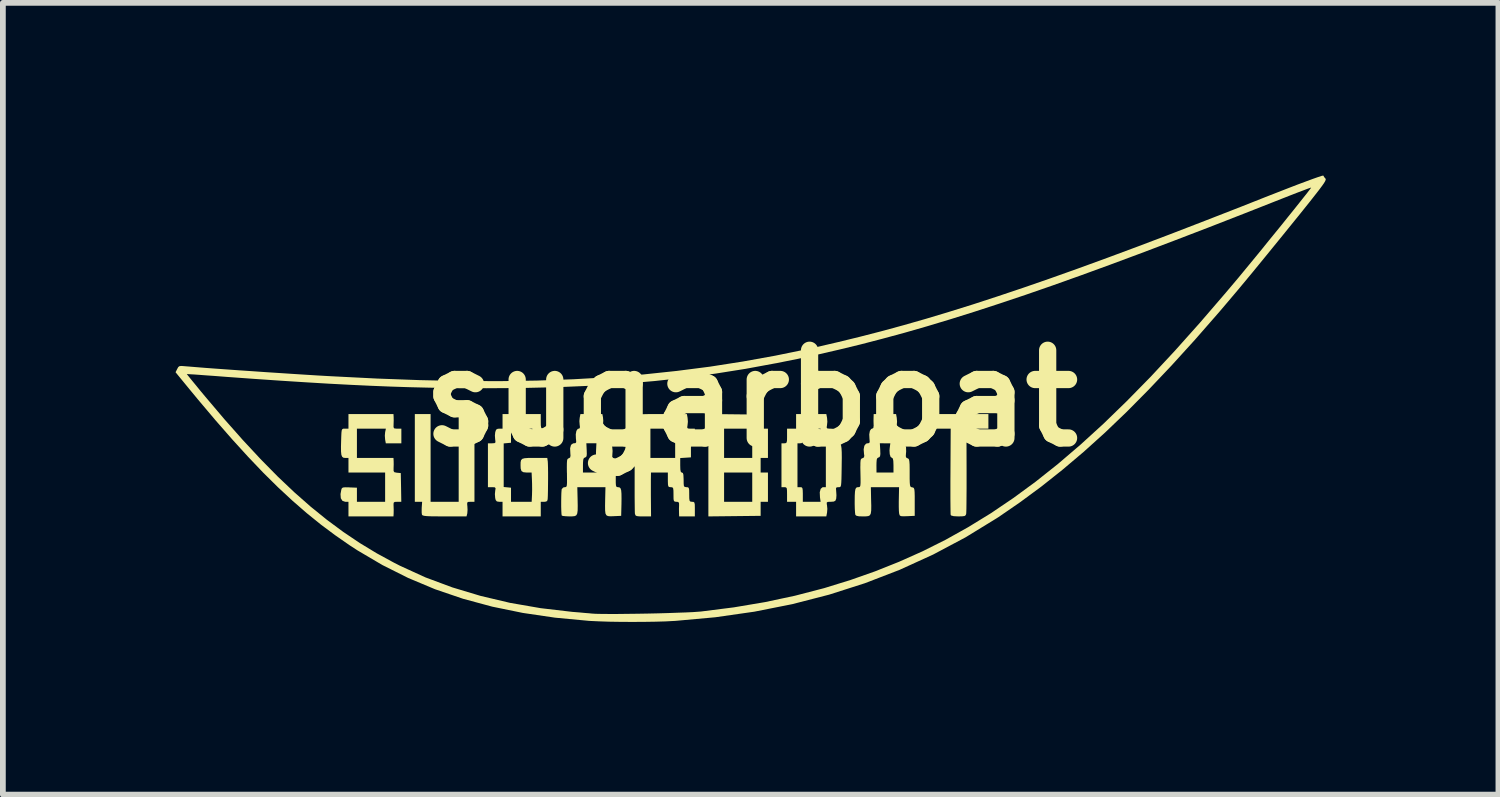
<source format=kicad_pcb>
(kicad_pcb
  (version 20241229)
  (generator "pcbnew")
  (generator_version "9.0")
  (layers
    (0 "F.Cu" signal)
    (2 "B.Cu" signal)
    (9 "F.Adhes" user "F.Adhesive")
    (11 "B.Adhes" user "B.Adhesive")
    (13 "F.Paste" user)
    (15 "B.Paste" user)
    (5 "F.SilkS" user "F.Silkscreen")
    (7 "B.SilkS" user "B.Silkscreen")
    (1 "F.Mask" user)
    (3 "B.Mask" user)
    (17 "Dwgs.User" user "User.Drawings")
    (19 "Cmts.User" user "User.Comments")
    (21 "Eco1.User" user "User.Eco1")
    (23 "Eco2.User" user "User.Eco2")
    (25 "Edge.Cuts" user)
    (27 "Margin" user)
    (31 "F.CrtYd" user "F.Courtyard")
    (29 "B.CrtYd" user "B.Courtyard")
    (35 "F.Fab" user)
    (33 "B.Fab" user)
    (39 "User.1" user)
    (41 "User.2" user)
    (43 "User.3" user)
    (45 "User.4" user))
  (footprint "sugarboat"
    (layer "F.Cu")
    (at 9.999 3.87)
    (property "Reference" "sugarboat" (at 0 0 0) (layer "F.SilkS") (effects (font (size 1.524 1.524) (thickness 0.3))))
    (attr board_only exclude_from_pos_files exclude_from_bom)
    (fp_poly (pts (xy -5.568 1.798) (xy -5.08 1.798) (xy -5.08 0.274) (xy -4.806 0.274) (xy -4.806 1.798) (xy -4.873 1.798) (xy -4.915 1.8) (xy -4.932 1.813) (xy -4.932 1.849) (xy -4.929 1.875) (xy -4.926 1.939) (xy -4.93 1.995) (xy -4.931 2.002) (xy -4.944 2.052) (xy -5.325 2.052) (xy -5.46 2.051) (xy -5.56 2.05) (xy -5.631 2.047) (xy -5.677 2.042) (xy -5.704 2.035) (xy -5.716 2.025) (xy -5.718 2.023) (xy -5.723 1.987) (xy -5.723 1.929) (xy -5.722 1.896) (xy -5.715 1.798) (xy -5.842 1.798) (xy -5.842 0.274) (xy -5.568 0.274)) (stroke (width 0) (type solid)) (fill yes) (layer "F.SilkS"))
    (fp_poly (pts (xy -0.288 0.278) (xy 0.166 0.283) (xy 0.166 0.528) (xy 0.23 0.528) (xy 0.293 0.528) (xy 0.293 1.036) (xy 0.23 1.036) (xy 0.166 1.036) (xy 0.166 1.289) (xy 0.23 1.289) (xy 0.293 1.29) (xy 0.293 1.798) (xy 0.166 1.798) (xy 0.166 1.92) (xy 0.166 2.042) (xy -0.288 2.047) (xy -0.742 2.052) (xy -0.742 1.798) (xy -0.469 1.798) (xy 0.02 1.798) (xy 0.02 1.29) (xy -0.469 1.29) (xy -0.469 1.798) (xy -0.742 1.798) (xy -0.742 1.036) (xy -0.469 1.036) (xy 0.02 1.036) (xy 0.02 0.528) (xy -0.469 0.528) (xy -0.469 1.036) (xy -0.742 1.036) (xy -0.742 0.273)) (stroke (width 0) (type solid)) (fill yes) (layer "F.SilkS"))
    (fp_poly (pts (xy 4.123 0.528) (xy 3.742 0.528) (xy 3.744 1.246) (xy 3.744 1.411) (xy 3.744 1.565) (xy 3.743 1.704) (xy 3.742 1.822) (xy 3.741 1.915) (xy 3.739 1.979) (xy 3.737 2.008) (xy 3.728 2.031) (xy 3.709 2.045) (xy 3.669 2.05) (xy 3.602 2.052) (xy 3.521 2.048) (xy 3.476 2.036) (xy 3.468 2.027) (xy 3.466 2.003) (xy 3.465 1.944) (xy 3.464 1.854) (xy 3.463 1.739) (xy 3.463 1.603) (xy 3.463 1.45) (xy 3.464 1.284) (xy 3.464 1.265) (xy 3.468 0.528) (xy 3.28 0.528) (xy 3.092 0.528) (xy 3.082 0.464) (xy 3.078 0.396) (xy 3.082 0.337) (xy 3.092 0.274) (xy 4.123 0.274)) (stroke (width 0) (type solid)) (fill yes) (layer "F.SilkS"))
    (fp_poly (pts (xy -6.21 0.327) (xy -6.209 0.385) (xy -6.211 0.451) (xy -6.211 0.454) (xy -6.212 0.502) (xy -6.199 0.523) (xy -6.163 0.527) (xy -6.146 0.528) (xy -6.076 0.528) (xy -6.076 0.782) (xy -6.346 0.782) (xy -6.358 0.717) (xy -6.363 0.65) (xy -6.358 0.59) (xy -6.345 0.528) (xy -6.848 0.528) (xy -6.848 1.036) (xy -6.213 1.036) (xy -6.21 1.089) (xy -6.209 1.147) (xy -6.211 1.213) (xy -6.211 1.215) (xy -6.211 1.263) (xy -6.197 1.284) (xy -6.159 1.292) (xy -6.151 1.293) (xy -6.086 1.299) (xy -6.081 1.548) (xy -6.077 1.798) (xy -6.146 1.798) (xy -6.192 1.8) (xy -6.21 1.815) (xy -6.212 1.853) (xy -6.211 1.871) (xy -6.209 1.936) (xy -6.21 1.995) (xy -6.21 1.998) (xy -6.213 2.052) (xy -6.995 2.052) (xy -6.995 1.798) (xy -7.051 1.798) (xy -7.1 1.781) (xy -7.128 1.736) (xy -7.133 1.664) (xy -7.119 1.587) (xy -7.11 1.563) (xy -7.091 1.55) (xy -7.054 1.546) (xy -6.989 1.547) (xy -6.978 1.548) (xy -6.848 1.553) (xy -6.848 1.798) (xy -6.603 1.798) (xy -6.358 1.798) (xy -6.358 1.29) (xy -6.995 1.29) (xy -6.995 1.036) (xy -7.052 1.036) (xy -7.083 1.032) (xy -7.104 1.016) (xy -7.118 0.983) (xy -7.124 0.926) (xy -7.125 0.84) (xy -7.123 0.762) (xy -7.12 0.663) (xy -7.117 0.597) (xy -7.112 0.557) (xy -7.102 0.536) (xy -7.086 0.528) (xy -7.061 0.528) (xy -7.053 0.528) (xy -6.995 0.528) (xy -6.995 0.274) (xy -6.213 0.274)) (stroke (width 0) (type solid)) (fill yes) (layer "F.SilkS"))
    (fp_poly (pts (xy -3.654 0.401) (xy -3.653 0.469) (xy -3.648 0.507) (xy -3.636 0.523) (xy -3.612 0.527) (xy -3.597 0.528) (xy -3.557 0.533) (xy -3.537 0.559) (xy -3.529 0.592) (xy -3.524 0.659) (xy -3.529 0.719) (xy -3.541 0.782) (xy -3.813 0.782) (xy -3.8 0.527) (xy -3.986 0.527) (xy -4.171 0.527) (xy -4.171 0.772) (xy -4.235 0.778) (xy -4.298 0.784) (xy -4.298 1.541) (xy -4.235 1.547) (xy -4.171 1.553) (xy -4.171 1.798) (xy -3.992 1.798) (xy -3.812 1.798) (xy -3.806 1.675) (xy -3.804 1.586) (xy -3.805 1.484) (xy -3.807 1.421) (xy -3.813 1.29) (xy -3.897 1.29) (xy -3.956 1.284) (xy -3.989 1.264) (xy -4.003 1.219) (xy -4.005 1.163) (xy -4.004 1.11) (xy -3.996 1.074) (xy -3.975 1.052) (xy -3.935 1.041) (xy -3.869 1.036) (xy -3.771 1.036) (xy -3.761 1.036) (xy -3.541 1.036) (xy -3.532 1.099) (xy -3.53 1.138) (xy -3.528 1.206) (xy -3.527 1.296) (xy -3.527 1.399) (xy -3.528 1.505) (xy -3.529 1.605) (xy -3.531 1.692) (xy -3.534 1.754) (xy -3.544 1.786) (xy -3.576 1.797) (xy -3.595 1.798) (xy -3.654 1.798) (xy -3.654 2.052) (xy -4.318 2.052) (xy -4.318 1.798) (xy -4.376 1.798) (xy -4.416 1.792) (xy -4.437 1.768) (xy -4.446 1.731) (xy -4.451 1.664) (xy -4.445 1.604) (xy -4.439 1.564) (xy -4.451 1.547) (xy -4.491 1.544) (xy -4.502 1.544) (xy -4.572 1.544) (xy -4.572 0.782) (xy -4.503 0.782) (xy -4.457 0.779) (xy -4.441 0.765) (xy -4.444 0.727) (xy -4.446 0.715) (xy -4.451 0.648) (xy -4.445 0.588) (xy -4.43 0.545) (xy -4.4 0.529) (xy -4.375 0.528) (xy -4.318 0.528) (xy -4.318 0.274) (xy -3.654 0.274)) (stroke (width 0) (type solid)) (fill yes) (layer "F.SilkS"))
    (fp_poly (pts (xy 1.32 0.34) (xy 1.325 0.407) (xy 1.319 0.467) (xy 1.313 0.506) (xy 1.323 0.523) (xy 1.358 0.527) (xy 1.385 0.528) (xy 1.438 0.531) (xy 1.464 0.546) (xy 1.477 0.578) (xy 1.483 0.631) (xy 1.481 0.695) (xy 1.479 0.705) (xy 1.475 0.754) (xy 1.483 0.776) (xy 1.508 0.781) (xy 1.515 0.782) (xy 1.537 0.784) (xy 1.553 0.796) (xy 1.564 0.822) (xy 1.571 0.867) (xy 1.575 0.936) (xy 1.576 1.033) (xy 1.574 1.164) (xy 1.574 1.182) (xy 1.572 1.309) (xy 1.57 1.402) (xy 1.567 1.467) (xy 1.563 1.508) (xy 1.556 1.531) (xy 1.547 1.541) (xy 1.533 1.544) (xy 1.516 1.544) (xy 1.486 1.547) (xy 1.475 1.565) (xy 1.478 1.608) (xy 1.479 1.621) (xy 1.483 1.685) (xy 1.479 1.741) (xy 1.477 1.748) (xy 1.464 1.78) (xy 1.436 1.794) (xy 1.385 1.798) (xy 1.335 1.799) (xy 1.315 1.81) (xy 1.315 1.837) (xy 1.319 1.858) (xy 1.325 1.921) (xy 1.32 1.985) (xy 1.307 2.052) (xy 0.782 2.052) (xy 0.782 1.798) (xy 0.625 1.798) (xy 0.625 1.671) (xy 0.624 1.602) (xy 0.62 1.564) (xy 0.607 1.548) (xy 0.584 1.544) (xy 0.576 1.544) (xy 0.806 1.544) (xy 0.852 1.544) (xy 0.877 1.546) (xy 0.891 1.56) (xy 0.897 1.593) (xy 0.899 1.655) (xy 0.899 1.671) (xy 0.899 1.798) (xy 1.208 1.798) (xy 1.197 1.721) (xy 1.193 1.632) (xy 1.209 1.573) (xy 1.242 1.545) (xy 1.256 1.544) (xy 1.299 1.544) (xy 1.299 0.782) (xy 1.256 0.782) (xy 1.217 0.764) (xy 1.196 0.715) (xy 1.194 0.635) (xy 1.197 0.605) (xy 1.208 0.528) (xy 0.899 0.528) (xy 0.899 0.655) (xy 0.898 0.723) (xy 0.893 0.761) (xy 0.881 0.778) (xy 0.858 0.781) (xy 0.852 0.782) (xy 0.806 0.782) (xy 0.806 1.544) (xy 0.576 1.544) (xy 0.528 1.544) (xy 0.528 0.782) (xy 0.576 0.782) (xy 0.603 0.779) (xy 0.617 0.767) (xy 0.624 0.735) (xy 0.625 0.675) (xy 0.625 0.655) (xy 0.625 0.528) (xy 0.782 0.528) (xy 0.782 0.274) (xy 1.307 0.274)) (stroke (width 0) (type solid)) (fill yes) (layer "F.SilkS"))
    (fp_poly (pts (xy -1.103 0.34) (xy -1.098 0.407) (xy -1.104 0.467) (xy -1.11 0.507) (xy -1.098 0.524) (xy -1.058 0.528) (xy -1.047 0.528) (xy -0.977 0.528) (xy -0.977 0.655) (xy -0.978 0.724) (xy -0.984 0.763) (xy -0.997 0.779) (xy -1.011 0.782) (xy -1.03 0.787) (xy -1.041 0.81) (xy -1.045 0.858) (xy -1.045 0.904) (xy -1.045 1.026) (xy -1.138 1.032) (xy -1.231 1.038) (xy -1.231 1.164) (xy -1.229 1.235) (xy -1.222 1.274) (xy -1.208 1.289) (xy -1.202 1.29) (xy -1.185 1.298) (xy -1.176 1.328) (xy -1.173 1.388) (xy -1.172 1.417) (xy -1.171 1.485) (xy -1.167 1.523) (xy -1.154 1.539) (xy -1.131 1.543) (xy -1.123 1.544) (xy -1.097 1.546) (xy -1.083 1.558) (xy -1.076 1.59) (xy -1.075 1.65) (xy -1.075 1.671) (xy -1.074 1.739) (xy -1.069 1.777) (xy -1.057 1.793) (xy -1.034 1.797) (xy -1.026 1.798) (xy -1 1.8) (xy -0.985 1.812) (xy -0.978 1.844) (xy -0.977 1.904) (xy -0.977 1.925) (xy -0.977 2.052) (xy -1.25 2.052) (xy -1.252 1.988) (xy -1.253 1.919) (xy -1.251 1.861) (xy -1.252 1.817) (xy -1.269 1.8) (xy -1.298 1.798) (xy -1.325 1.795) (xy -1.34 1.783) (xy -1.347 1.753) (xy -1.348 1.694) (xy -1.348 1.671) (xy -1.349 1.602) (xy -1.354 1.564) (xy -1.366 1.548) (xy -1.389 1.544) (xy -1.397 1.544) (xy -1.423 1.541) (xy -1.438 1.529) (xy -1.444 1.497) (xy -1.446 1.437) (xy -1.446 1.417) (xy -1.446 1.29) (xy -1.739 1.29) (xy -1.741 1.412) (xy -1.741 1.479) (xy -1.741 1.574) (xy -1.741 1.682) (xy -1.74 1.792) (xy -1.74 1.793) (xy -1.738 2.052) (xy -1.874 2.052) (xy -1.945 2.051) (xy -1.986 2.046) (xy -2.007 2.035) (xy -2.016 2.012) (xy -2.019 1.998) (xy -2.02 1.97) (xy -2.021 1.908) (xy -2.022 1.818) (xy -2.023 1.703) (xy -2.023 1.57) (xy -2.023 1.422) (xy -2.023 1.266) (xy -2.023 1.107) (xy -2.023 1.036) (xy -1.749 1.036) (xy -1.319 1.036) (xy -1.319 0.528) (xy -1.749 0.528) (xy -1.749 1.036) (xy -2.023 1.036) (xy -2.022 0.949) (xy -2.022 0.797) (xy -2.021 0.656) (xy -2.02 0.533) (xy -2.018 0.431) (xy -2.017 0.355) (xy -2.016 0.312) (xy -2.015 0.308) (xy -2.012 0.297) (xy -2 0.288) (xy -1.976 0.282) (xy -1.934 0.278) (xy -1.87 0.276) (xy -1.779 0.274) (xy -1.656 0.274) (xy -1.564 0.274) (xy -1.115 0.274)) (stroke (width 0) (type solid)) (fill yes) (layer "F.SilkS"))
    (fp_poly (pts (xy -2.573 0.33) (xy -2.568 0.39) (xy -2.573 0.456) (xy -2.573 0.457) (xy -2.577 0.505) (xy -2.567 0.525) (xy -2.553 0.528) (xy -2.524 0.545) (xy -2.506 0.593) (xy -2.503 0.664) (xy -2.506 0.705) (xy -2.511 0.754) (xy -2.503 0.776) (xy -2.477 0.781) (xy -2.471 0.782) (xy -2.437 0.789) (xy -2.419 0.82) (xy -2.412 0.851) (xy -2.406 0.915) (xy -2.41 0.975) (xy -2.41 0.976) (xy -2.412 1.018) (xy -2.393 1.038) (xy -2.383 1.041) (xy -2.367 1.048) (xy -2.357 1.063) (xy -2.35 1.092) (xy -2.348 1.142) (xy -2.348 1.22) (xy -2.35 1.297) (xy -2.351 1.399) (xy -2.351 1.468) (xy -2.348 1.511) (xy -2.341 1.533) (xy -2.33 1.542) (xy -2.312 1.544) (xy -2.311 1.544) (xy -2.286 1.548) (xy -2.268 1.564) (xy -2.257 1.598) (xy -2.252 1.656) (xy -2.251 1.743) (xy -2.252 1.837) (xy -2.257 2.042) (xy -2.388 2.048) (xy -2.446 2.05) (xy -2.487 2.046) (xy -2.514 2.032) (xy -2.53 2.001) (xy -2.536 1.948) (xy -2.537 1.867) (xy -2.535 1.754) (xy -2.53 1.544) (xy -3.019 1.544) (xy -3.014 1.754) (xy -3.012 1.867) (xy -3.013 1.948) (xy -3.02 2) (xy -3.035 2.031) (xy -3.061 2.046) (xy -3.102 2.051) (xy -3.155 2.052) (xy -3.221 2.049) (xy -3.27 2.044) (xy -3.29 2.036) (xy -3.294 2.01) (xy -3.297 1.955) (xy -3.299 1.881) (xy -3.299 1.798) (xy -3.298 1.716) (xy -3.296 1.644) (xy -3.292 1.594) (xy -3.29 1.578) (xy -3.264 1.55) (xy -3.237 1.544) (xy -3.22 1.542) (xy -3.208 1.534) (xy -3.201 1.512) (xy -3.198 1.47) (xy -3.198 1.402) (xy -3.199 1.301) (xy -3.199 1.297) (xy -3.2 1.29) (xy -2.921 1.29) (xy -2.628 1.29) (xy -2.628 1.164) (xy -2.63 1.093) (xy -2.636 1.053) (xy -2.651 1.034) (xy -2.664 1.028) (xy -2.684 1.018) (xy -2.694 0.993) (xy -2.695 0.945) (xy -2.693 0.9) (xy -2.687 0.781) (xy -2.862 0.781) (xy -2.856 0.9) (xy -2.854 0.967) (xy -2.858 1.005) (xy -2.872 1.023) (xy -2.885 1.028) (xy -2.905 1.039) (xy -2.916 1.066) (xy -2.92 1.117) (xy -2.921 1.164) (xy -2.921 1.29) (xy -3.2 1.29) (xy -3.201 1.195) (xy -3.2 1.125) (xy -3.197 1.082) (xy -3.19 1.057) (xy -3.178 1.046) (xy -3.167 1.042) (xy -3.144 1.028) (xy -3.137 0.998) (xy -3.14 0.957) (xy -3.144 0.867) (xy -3.128 0.809) (xy -3.092 0.783) (xy -3.079 0.782) (xy -3.049 0.778) (xy -3.038 0.76) (xy -3.041 0.716) (xy -3.043 0.705) (xy -3.046 0.626) (xy -3.035 0.566) (xy -3.012 0.532) (xy -2.997 0.528) (xy -2.976 0.519) (xy -2.974 0.489) (xy -2.978 0.463) (xy -2.983 0.396) (xy -2.977 0.336) (xy -2.965 0.274) (xy -2.584 0.274)) (stroke (width 0) (type solid)) (fill yes) (layer "F.SilkS"))
    (fp_poly (pts (xy 2.531 0.34) (xy 2.536 0.406) (xy 2.531 0.465) (xy 2.527 0.507) (xy 2.544 0.528) (xy 2.56 0.533) (xy 2.583 0.543) (xy 2.595 0.564) (xy 2.598 0.605) (xy 2.596 0.663) (xy 2.593 0.728) (xy 2.596 0.764) (xy 2.608 0.779) (xy 2.632 0.782) (xy 2.632 0.782) (xy 2.671 0.799) (xy 2.692 0.848) (xy 2.694 0.928) (xy 2.691 0.957) (xy 2.688 1.008) (xy 2.698 1.033) (xy 2.718 1.042) (xy 2.733 1.049) (xy 2.744 1.065) (xy 2.75 1.097) (xy 2.754 1.151) (xy 2.755 1.234) (xy 2.755 1.296) (xy 2.755 1.398) (xy 2.757 1.466) (xy 2.761 1.509) (xy 2.769 1.533) (xy 2.781 1.543) (xy 2.799 1.547) (xy 2.817 1.551) (xy 2.829 1.562) (xy 2.837 1.586) (xy 2.841 1.629) (xy 2.843 1.698) (xy 2.843 1.798) (xy 2.843 2.042) (xy 2.713 2.048) (xy 2.643 2.05) (xy 2.604 2.047) (xy 2.584 2.036) (xy 2.575 2.013) (xy 2.572 1.999) (xy 2.568 1.956) (xy 2.566 1.886) (xy 2.566 1.799) (xy 2.567 1.744) (xy 2.571 1.544) (xy 2.326 1.544) (xy 2.081 1.544) (xy 2.085 1.754) (xy 2.088 1.867) (xy 2.087 1.948) (xy 2.08 2) (xy 2.065 2.031) (xy 2.038 2.046) (xy 1.998 2.051) (xy 1.945 2.052) (xy 1.874 2.05) (xy 1.834 2.042) (xy 1.814 2.028) (xy 1.81 2.017) (xy 1.806 1.984) (xy 1.802 1.921) (xy 1.8 1.841) (xy 1.8 1.798) (xy 1.801 1.693) (xy 1.805 1.622) (xy 1.813 1.577) (xy 1.827 1.553) (xy 1.849 1.544) (xy 1.862 1.544) (xy 1.88 1.542) (xy 1.892 1.534) (xy 1.899 1.512) (xy 1.902 1.47) (xy 1.902 1.402) (xy 1.9 1.301) (xy 1.9 1.297) (xy 1.898 1.195) (xy 1.899 1.164) (xy 2.178 1.164) (xy 2.179 1.289) (xy 2.326 1.29) (xy 2.474 1.29) (xy 2.474 1.163) (xy 2.471 1.088) (xy 2.463 1.047) (xy 2.449 1.036) (xy 2.424 1.018) (xy 2.409 0.971) (xy 2.405 0.904) (xy 2.409 0.859) (xy 2.419 0.782) (xy 2.328 0.782) (xy 2.237 0.781) (xy 2.244 0.9) (xy 2.246 0.967) (xy 2.241 1.005) (xy 2.228 1.023) (xy 2.214 1.028) (xy 2.194 1.039) (xy 2.183 1.065) (xy 2.179 1.116) (xy 2.178 1.164) (xy 1.899 1.164) (xy 1.899 1.126) (xy 1.902 1.082) (xy 1.909 1.058) (xy 1.921 1.046) (xy 1.935 1.041) (xy 1.961 1.027) (xy 1.967 0.997) (xy 1.962 0.966) (xy 1.956 0.886) (xy 1.968 0.824) (xy 1.997 0.788) (xy 2.022 0.782) (xy 2.051 0.778) (xy 2.061 0.759) (xy 2.058 0.715) (xy 2.057 0.705) (xy 2.053 0.626) (xy 2.064 0.566) (xy 2.087 0.532) (xy 2.102 0.528) (xy 2.124 0.515) (xy 2.13 0.473) (xy 2.129 0.464) (xy 2.127 0.395) (xy 2.128 0.337) (xy 2.13 0.274) (xy 2.519 0.274)) (stroke (width 0) (type solid)) (fill yes) (layer "F.SilkS"))
    (fp_poly (pts (xy 9.941 -3.87) (xy 9.96 -3.839) (xy 9.978 -3.819) (xy 9.984 -3.809) (xy 9.982 -3.793) (xy 9.972 -3.769) (xy 9.95 -3.733) (xy 9.915 -3.684) (xy 9.865 -3.617) (xy 9.797 -3.53) (xy 9.71 -3.419) (xy 9.601 -3.283) (xy 9.542 -3.209) (xy 9.24 -2.836) (xy 8.961 -2.493) (xy 8.705 -2.18) (xy 8.47 -1.897) (xy 8.256 -1.644) (xy 8.137 -1.504) (xy 7.715 -1.021) (xy 7.307 -0.572) (xy 6.911 -0.154) (xy 6.526 0.235) (xy 6.148 0.597) (xy 5.775 0.933) (xy 5.406 1.245) (xy 5.038 1.537) (xy 4.669 1.809) (xy 4.298 2.064) (xy 4.27 2.082) (xy 3.727 2.415) (xy 3.164 2.714) (xy 2.581 2.98) (xy 1.979 3.212) (xy 1.357 3.411) (xy 0.717 3.576) (xy 0.057 3.707) (xy -0.621 3.804) (xy -1.316 3.867) (xy -1.338 3.868) (xy -1.486 3.876) (xy -1.663 3.881) (xy -1.858 3.884) (xy -2.064 3.885) (xy -2.269 3.884) (xy -2.465 3.881) (xy -2.643 3.875) (xy -2.794 3.868) (xy -2.823 3.866) (xy -3.407 3.811) (xy -3.964 3.729) (xy -4.496 3.62) (xy -5.004 3.483) (xy -5.491 3.317) (xy -5.958 3.121) (xy -6.407 2.896) (xy -6.84 2.641) (xy -6.975 2.553) (xy -7.227 2.378) (xy -7.475 2.193) (xy -7.721 1.994) (xy -7.968 1.779) (xy -8.219 1.546) (xy -8.475 1.293) (xy -8.739 1.016) (xy -9.014 0.714) (xy -9.303 0.384) (xy -9.607 0.024) (xy -9.745 -0.143) (xy -9.973 -0.421) (xy -9.803 -0.421) (xy -9.792 -0.406) (xy -9.759 -0.365) (xy -9.708 -0.302) (xy -9.641 -0.221) (xy -9.563 -0.125) (xy -9.482 -0.028) (xy -9.149 0.365) (xy -8.83 0.725) (xy -8.523 1.055) (xy -8.226 1.357) (xy -7.936 1.632) (xy -7.651 1.883) (xy -7.368 2.112) (xy -7.084 2.322) (xy -6.797 2.515) (xy -6.505 2.692) (xy -6.204 2.856) (xy -6.098 2.91) (xy -5.658 3.111) (xy -5.191 3.285) (xy -4.699 3.433) (xy -4.187 3.554) (xy -3.656 3.646) (xy -3.11 3.71) (xy -3.087 3.712) (xy -2.985 3.72) (xy -2.89 3.729) (xy -2.813 3.735) (xy -2.765 3.74) (xy -2.699 3.744) (xy -2.599 3.746) (xy -2.472 3.747) (xy -2.323 3.747) (xy -2.157 3.745) (xy -1.98 3.743) (xy -1.797 3.74) (xy -1.615 3.736) (xy -1.439 3.731) (xy -1.275 3.725) (xy -1.128 3.72) (xy -1.003 3.714) (xy -0.907 3.707) (xy -0.869 3.704) (xy -0.3 3.632) (xy 0.241 3.541) (xy 0.762 3.43) (xy 1.27 3.298) (xy 1.729 3.156) (xy 2.155 3.006) (xy 2.571 2.84) (xy 2.979 2.658) (xy 3.379 2.458) (xy 3.773 2.238) (xy 4.164 1.998) (xy 4.553 1.735) (xy 4.942 1.45) (xy 5.332 1.14) (xy 5.726 0.803) (xy 6.124 0.44) (xy 6.528 0.048) (xy 6.941 -0.373) (xy 7.363 -0.826) (xy 7.797 -1.312) (xy 8.244 -1.831) (xy 8.471 -2.1) (xy 8.559 -2.207) (xy 8.658 -2.327) (xy 8.766 -2.458) (xy 8.879 -2.596) (xy 8.994 -2.739) (xy 9.11 -2.881) (xy 9.224 -3.021) (xy 9.332 -3.156) (xy 9.433 -3.281) (xy 9.523 -3.394) (xy 9.6 -3.491) (xy 9.662 -3.569) (xy 9.705 -3.625) (xy 9.728 -3.656) (xy 9.73 -3.661) (xy 9.713 -3.656) (xy 9.664 -3.639) (xy 9.588 -3.61) (xy 9.49 -3.573) (xy 9.374 -3.528) (xy 9.245 -3.477) (xy 9.237 -3.474) (xy 8.575 -3.213) (xy 7.947 -2.968) (xy 7.35 -2.739) (xy 6.783 -2.524) (xy 6.243 -2.323) (xy 5.728 -2.135) (xy 5.237 -1.96) (xy 4.767 -1.797) (xy 4.316 -1.646) (xy 3.883 -1.505) (xy 3.465 -1.374) (xy 3.06 -1.252) (xy 2.667 -1.139) (xy 2.283 -1.035) (xy 1.906 -0.937) (xy 1.535 -0.847) (xy 1.167 -0.762) (xy 0.8 -0.683) (xy 0.433 -0.609) (xy 0.43 -0.609) (xy -0.096 -0.512) (xy -0.619 -0.429) (xy -1.144 -0.358) (xy -1.677 -0.3) (xy -2.223 -0.253) (xy -2.786 -0.218) (xy -3.372 -0.193) (xy -3.986 -0.179) (xy -4.592 -0.175) (xy -4.933 -0.176) (xy -5.267 -0.179) (xy -5.599 -0.185) (xy -5.931 -0.193) (xy -6.269 -0.204) (xy -6.615 -0.218) (xy -6.975 -0.235) (xy -7.352 -0.255) (xy -7.75 -0.279) (xy -8.173 -0.306) (xy -8.625 -0.337) (xy -9.11 -0.372) (xy -9.33 -0.389) (xy -9.46 -0.398) (xy -9.578 -0.407) (xy -9.675 -0.414) (xy -9.749 -0.418) (xy -9.793 -0.421) (xy -9.803 -0.421) (xy -9.973 -0.421) (xy -9.999 -0.453) (xy -9.97 -0.51) (xy -9.952 -0.543) (xy -9.93 -0.559) (xy -9.894 -0.562) (xy -9.831 -0.557) (xy -9.744 -0.55) (xy -9.623 -0.54) (xy -9.473 -0.528) (xy -9.297 -0.515) (xy -9.101 -0.501) (xy -8.89 -0.486) (xy -8.667 -0.471) (xy -8.438 -0.455) (xy -8.207 -0.44) (xy -7.979 -0.425) (xy -7.759 -0.411) (xy -7.551 -0.398) (xy -7.36 -0.387) (xy -7.268 -0.382) (xy -6.496 -0.343) (xy -5.758 -0.316) (xy -5.051 -0.301) (xy -4.372 -0.298) (xy -3.718 -0.308) (xy -3.086 -0.331) (xy -2.472 -0.366) (xy -1.874 -0.414) (xy -1.289 -0.476) (xy -0.713 -0.55) (xy -0.144 -0.639) (xy 0.422 -0.741) (xy 0.988 -0.857) (xy 1.143 -0.891) (xy 1.513 -0.977) (xy 1.886 -1.068) (xy 2.263 -1.165) (xy 2.645 -1.269) (xy 3.037 -1.381) (xy 3.439 -1.502) (xy 3.853 -1.631) (xy 4.282 -1.771) (xy 4.729 -1.921) (xy 5.194 -2.082) (xy 5.68 -2.255) (xy 6.19 -2.441) (xy 6.725 -2.64) (xy 7.287 -2.853) (xy 7.88 -3.082) (xy 8.504 -3.325) (xy 8.938 -3.497) (xy 9.143 -3.577) (xy 9.33 -3.65) (xy 9.496 -3.714) (xy 9.641 -3.768) (xy 9.76 -3.812) (xy 9.851 -3.844) (xy 9.912 -3.864) (xy 9.94 -3.87)) (stroke (width 0) (type solid)) (fill yes) (layer "F.SilkS")))
  (gr_rect
    (start -3 -3)
    (end 22.983 10.755)
    (stroke (width 0.1) (type default))
    (fill no)
    (layer "Edge.Cuts")))
</source>
